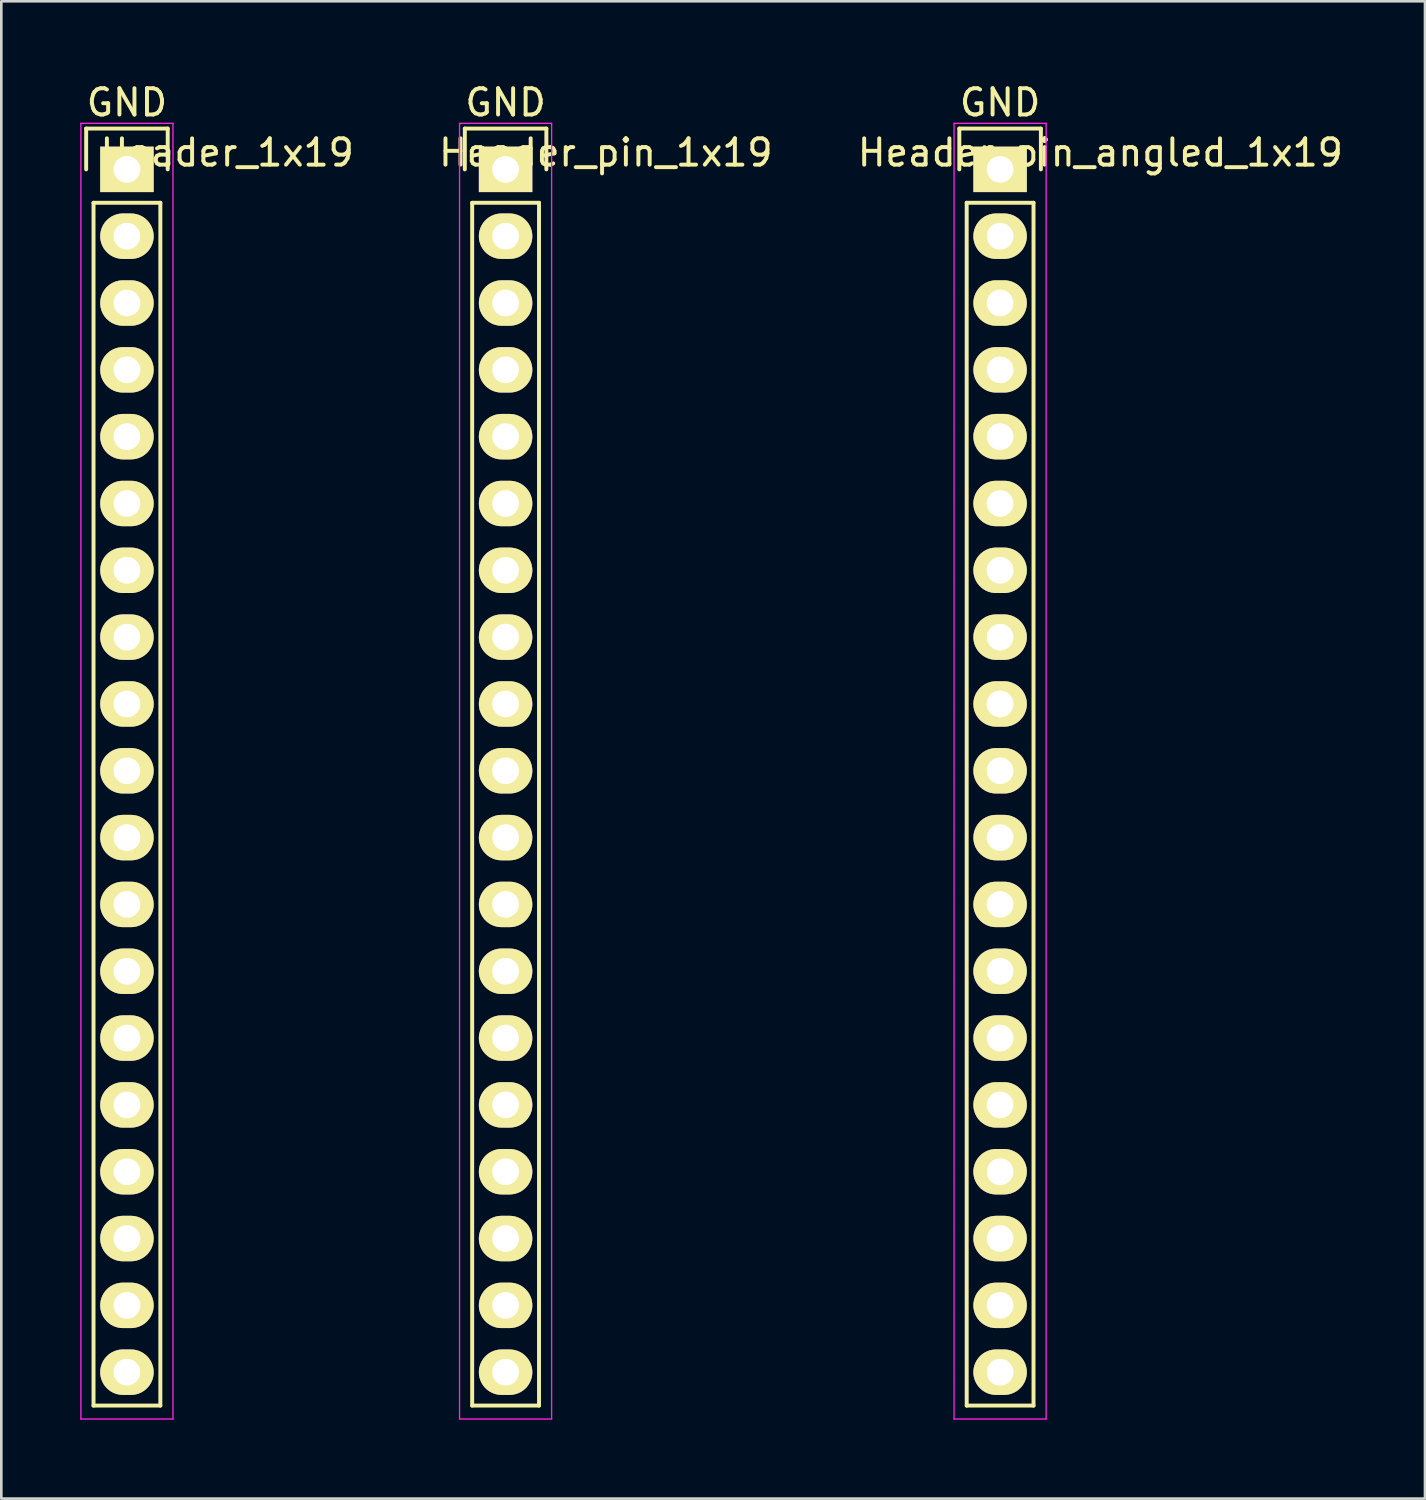
<source format=kicad_pcb>
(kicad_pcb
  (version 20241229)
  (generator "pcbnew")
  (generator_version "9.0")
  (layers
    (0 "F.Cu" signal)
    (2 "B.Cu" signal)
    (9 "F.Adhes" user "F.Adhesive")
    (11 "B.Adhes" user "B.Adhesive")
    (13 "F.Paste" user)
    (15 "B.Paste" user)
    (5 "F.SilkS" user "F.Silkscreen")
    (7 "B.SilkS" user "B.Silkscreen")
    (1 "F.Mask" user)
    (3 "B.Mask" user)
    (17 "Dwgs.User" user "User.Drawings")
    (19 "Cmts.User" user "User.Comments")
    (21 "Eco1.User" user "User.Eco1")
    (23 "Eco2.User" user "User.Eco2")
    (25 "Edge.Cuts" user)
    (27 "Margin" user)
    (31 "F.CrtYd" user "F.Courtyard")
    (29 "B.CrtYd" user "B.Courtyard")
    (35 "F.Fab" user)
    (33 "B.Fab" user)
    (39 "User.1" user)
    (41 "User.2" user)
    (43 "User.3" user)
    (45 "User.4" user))
  (footprint "Header_pin_1x19"
    (layer "F.Cu")
    (at 16.168 26.248)
    (property "Reference" "Header_pin_1x19" (at 3.81 -23.495 0) (layer "F.SilkS") (effects (font (size 1 1) (thickness 0.15))))
    (attr smd)
    (fp_line (start -1.55 -24.41) (end -1.55 -22.86) (stroke (width 0.15) (type solid)) (layer "F.SilkS"))
    (fp_line (start -1.27 -21.59) (end -1.27 24.13) (stroke (width 0.15) (type solid)) (layer "F.SilkS"))
    (fp_line (start -1.27 -21.59) (end 1.27 -21.59) (stroke (width 0.15) (type solid)) (layer "F.SilkS"))
    (fp_line (start -1.27 24.13) (end 1.27 24.13) (stroke (width 0.15) (type solid)) (layer "F.SilkS"))
    (fp_line (start 1.27 24.13) (end 1.27 -21.59) (stroke (width 0.15) (type solid)) (layer "F.SilkS"))
    (fp_line (start 1.55 -24.41) (end -1.55 -24.41) (stroke (width 0.15) (type solid)) (layer "F.SilkS"))
    (fp_line (start 1.55 -22.86) (end 1.55 -24.41) (stroke (width 0.15) (type solid)) (layer "F.SilkS"))
    (fp_line (start -1.75 -24.61) (end -1.75 24.64) (stroke (width 0.05) (type solid)) (layer "F.CrtYd"))
    (fp_line (start 1.75 -24.61) (end -1.75 -24.61) (stroke (width 0.05) (type solid)) (layer "F.CrtYd"))
    (fp_line (start 1.75 -24.61) (end 1.75 24.64) (stroke (width 0.05) (type solid)) (layer "F.CrtYd"))
    (fp_line (start 1.75 24.64) (end -1.75 24.64) (stroke (width 0.05) (type solid)) (layer "F.CrtYd"))
    (fp_text user "GND" (at 0 -25.4 0) (layer "F.SilkS") (effects (font (size 1 1) (thickness 0.15))))
    (pad "1" thru_hole rect (at 0 -22.86 270) (size 1.727 2.032) (drill 1.016) (layers "*.Cu" "*.Mask" "F.SilkS"))
    (pad "2" thru_hole oval (at 0 -20.32 270) (size 1.727 2.032) (drill 1.016) (layers "*.Cu" "*.Mask" "F.SilkS"))
    (pad "3" thru_hole oval (at 0 -17.78 270) (size 1.727 2.032) (drill 1.016) (layers "*.Cu" "*.Mask" "F.SilkS"))
    (pad "4" thru_hole oval (at 0 -15.24 270) (size 1.727 2.032) (drill 1.016) (layers "*.Cu" "*.Mask" "F.SilkS"))
    (pad "5" thru_hole oval (at 0 -12.7 270) (size 1.727 2.032) (drill 1.016) (layers "*.Cu" "*.Mask" "F.SilkS"))
    (pad "6" thru_hole oval (at 0 -10.16 270) (size 1.727 2.032) (drill 1.016) (layers "*.Cu" "*.Mask" "F.SilkS"))
    (pad "7" thru_hole oval (at 0 -7.62 270) (size 1.727 2.032) (drill 1.016) (layers "*.Cu" "*.Mask" "F.SilkS"))
    (pad "8" thru_hole oval (at 0 -5.08 270) (size 1.727 2.032) (drill 1.016) (layers "*.Cu" "*.Mask" "F.SilkS"))
    (pad "9" thru_hole oval (at 0 -2.54 270) (size 1.727 2.032) (drill 1.016) (layers "*.Cu" "*.Mask" "F.SilkS"))
    (pad "10" thru_hole oval (at 0 0 270) (size 1.727 2.032) (drill 1.016) (layers "*.Cu" "*.Mask" "F.SilkS"))
    (pad "11" thru_hole oval (at 0 2.54 270) (size 1.727 2.032) (drill 1.016) (layers "*.Cu" "*.Mask" "F.SilkS"))
    (pad "12" thru_hole oval (at 0 5.08 270) (size 1.727 2.032) (drill 1.016) (layers "*.Cu" "*.Mask" "F.SilkS"))
    (pad "13" thru_hole oval (at 0 7.62 270) (size 1.727 2.032) (drill 1.016) (layers "*.Cu" "*.Mask" "F.SilkS"))
    (pad "14" thru_hole oval (at 0 10.16 270) (size 1.727 2.032) (drill 1.016) (layers "*.Cu" "*.Mask" "F.SilkS"))
    (pad "15" thru_hole oval (at 0 12.7 270) (size 1.727 2.032) (drill 1.016) (layers "*.Cu" "*.Mask" "F.SilkS"))
    (pad "16" thru_hole oval (at 0 15.24 270) (size 1.727 2.032) (drill 1.016) (layers "*.Cu" "*.Mask" "F.SilkS"))
    (pad "17" thru_hole oval (at 0 17.78 270) (size 1.727 2.032) (drill 1.016) (layers "*.Cu" "*.Mask" "F.SilkS"))
    (pad "18" thru_hole oval (at 0 20.32 270) (size 1.727 2.032) (drill 1.016) (layers "*.Cu" "*.Mask" "F.SilkS"))
    (pad "19" thru_hole oval (at 0 22.86 270) (size 1.727 2.032) (drill 1.016) (layers "*.Cu" "*.Mask" "F.SilkS")))
  (footprint "Header_1x19"
    (layer "F.Cu")
    (at 1.775 26.248)
    (property "Reference" "Header_1x19" (at 3.81 -23.495 0) (layer "F.SilkS") (effects (font (size 1 1) (thickness 0.15))))
    (attr smd)
    (fp_line (start -1.55 -24.41) (end -1.55 -22.86) (stroke (width 0.15) (type solid)) (layer "F.SilkS"))
    (fp_line (start -1.27 -21.59) (end -1.27 24.13) (stroke (width 0.15) (type solid)) (layer "F.SilkS"))
    (fp_line (start -1.27 -21.59) (end 1.27 -21.59) (stroke (width 0.15) (type solid)) (layer "F.SilkS"))
    (fp_line (start -1.27 24.13) (end 1.27 24.13) (stroke (width 0.15) (type solid)) (layer "F.SilkS"))
    (fp_line (start 1.27 24.13) (end 1.27 -21.59) (stroke (width 0.15) (type solid)) (layer "F.SilkS"))
    (fp_line (start 1.55 -24.41) (end -1.55 -24.41) (stroke (width 0.15) (type solid)) (layer "F.SilkS"))
    (fp_line (start 1.55 -22.86) (end 1.55 -24.41) (stroke (width 0.15) (type solid)) (layer "F.SilkS"))
    (fp_line (start -1.75 -24.61) (end -1.75 24.64) (stroke (width 0.05) (type solid)) (layer "F.CrtYd"))
    (fp_line (start 1.75 -24.61) (end -1.75 -24.61) (stroke (width 0.05) (type solid)) (layer "F.CrtYd"))
    (fp_line (start 1.75 -24.61) (end 1.75 24.64) (stroke (width 0.05) (type solid)) (layer "F.CrtYd"))
    (fp_line (start 1.75 24.64) (end -1.75 24.64) (stroke (width 0.05) (type solid)) (layer "F.CrtYd"))
    (fp_text user "GND" (at 0 -25.4 0) (layer "F.SilkS") (effects (font (size 1 1) (thickness 0.15))))
    (pad "1" thru_hole rect (at 0 -22.86 270) (size 1.727 2.032) (drill 1.016) (layers "*.Cu" "*.Mask" "F.SilkS"))
    (pad "2" thru_hole oval (at 0 -20.32 270) (size 1.727 2.032) (drill 1.016) (layers "*.Cu" "*.Mask" "F.SilkS"))
    (pad "3" thru_hole oval (at 0 -17.78 270) (size 1.727 2.032) (drill 1.016) (layers "*.Cu" "*.Mask" "F.SilkS"))
    (pad "4" thru_hole oval (at 0 -15.24 270) (size 1.727 2.032) (drill 1.016) (layers "*.Cu" "*.Mask" "F.SilkS"))
    (pad "5" thru_hole oval (at 0 -12.7 270) (size 1.727 2.032) (drill 1.016) (layers "*.Cu" "*.Mask" "F.SilkS"))
    (pad "6" thru_hole oval (at 0 -10.16 270) (size 1.727 2.032) (drill 1.016) (layers "*.Cu" "*.Mask" "F.SilkS"))
    (pad "7" thru_hole oval (at 0 -7.62 270) (size 1.727 2.032) (drill 1.016) (layers "*.Cu" "*.Mask" "F.SilkS"))
    (pad "8" thru_hole oval (at 0 -5.08 270) (size 1.727 2.032) (drill 1.016) (layers "*.Cu" "*.Mask" "F.SilkS"))
    (pad "9" thru_hole oval (at 0 -2.54 270) (size 1.727 2.032) (drill 1.016) (layers "*.Cu" "*.Mask" "F.SilkS"))
    (pad "10" thru_hole oval (at 0 0 270) (size 1.727 2.032) (drill 1.016) (layers "*.Cu" "*.Mask" "F.SilkS"))
    (pad "11" thru_hole oval (at 0 2.54 270) (size 1.727 2.032) (drill 1.016) (layers "*.Cu" "*.Mask" "F.SilkS"))
    (pad "12" thru_hole oval (at 0 5.08 270) (size 1.727 2.032) (drill 1.016) (layers "*.Cu" "*.Mask" "F.SilkS"))
    (pad "13" thru_hole oval (at 0 7.62 270) (size 1.727 2.032) (drill 1.016) (layers "*.Cu" "*.Mask" "F.SilkS"))
    (pad "14" thru_hole oval (at 0 10.16 270) (size 1.727 2.032) (drill 1.016) (layers "*.Cu" "*.Mask" "F.SilkS"))
    (pad "15" thru_hole oval (at 0 12.7 270) (size 1.727 2.032) (drill 1.016) (layers "*.Cu" "*.Mask" "F.SilkS"))
    (pad "16" thru_hole oval (at 0 15.24 270) (size 1.727 2.032) (drill 1.016) (layers "*.Cu" "*.Mask" "F.SilkS"))
    (pad "17" thru_hole oval (at 0 17.78 270) (size 1.727 2.032) (drill 1.016) (layers "*.Cu" "*.Mask" "F.SilkS"))
    (pad "18" thru_hole oval (at 0 20.32 270) (size 1.727 2.032) (drill 1.016) (layers "*.Cu" "*.Mask" "F.SilkS"))
    (pad "19" thru_hole oval (at 0 22.86 270) (size 1.727 2.032) (drill 1.016) (layers "*.Cu" "*.Mask" "F.SilkS")))
  (footprint "Header_pin_angled_1x19"
    (layer "F.Cu")
    (at 34.965 26.248)
    (property "Reference" "Header_pin_angled_1x19" (at 3.81 -23.495 0) (layer "F.SilkS") (effects (font (size 1 1) (thickness 0.15))))
    (attr smd)
    (fp_line (start -1.55 -24.41) (end -1.55 -22.86) (stroke (width 0.15) (type solid)) (layer "F.SilkS"))
    (fp_line (start -1.27 -21.59) (end -1.27 24.13) (stroke (width 0.15) (type solid)) (layer "F.SilkS"))
    (fp_line (start -1.27 -21.59) (end 1.27 -21.59) (stroke (width 0.15) (type solid)) (layer "F.SilkS"))
    (fp_line (start -1.27 24.13) (end 1.27 24.13) (stroke (width 0.15) (type solid)) (layer "F.SilkS"))
    (fp_line (start 1.27 24.13) (end 1.27 -21.59) (stroke (width 0.15) (type solid)) (layer "F.SilkS"))
    (fp_line (start 1.55 -24.41) (end -1.55 -24.41) (stroke (width 0.15) (type solid)) (layer "F.SilkS"))
    (fp_line (start 1.55 -22.86) (end 1.55 -24.41) (stroke (width 0.15) (type solid)) (layer "F.SilkS"))
    (fp_line (start -1.75 -24.61) (end -1.75 24.64) (stroke (width 0.05) (type solid)) (layer "F.CrtYd"))
    (fp_line (start 1.75 -24.61) (end -1.75 -24.61) (stroke (width 0.05) (type solid)) (layer "F.CrtYd"))
    (fp_line (start 1.75 -24.61) (end 1.75 24.64) (stroke (width 0.05) (type solid)) (layer "F.CrtYd"))
    (fp_line (start 1.75 24.64) (end -1.75 24.64) (stroke (width 0.05) (type solid)) (layer "F.CrtYd"))
    (fp_text user "GND" (at 0 -25.4 0) (layer "F.SilkS") (effects (font (size 1 1) (thickness 0.15))))
    (pad "1" thru_hole rect (at 0 -22.86 270) (size 1.727 2.032) (drill 1.016) (layers "*.Cu" "*.Mask" "F.SilkS"))
    (pad "2" thru_hole oval (at 0 -20.32 270) (size 1.727 2.032) (drill 1.016) (layers "*.Cu" "*.Mask" "F.SilkS"))
    (pad "3" thru_hole oval (at 0 -17.78 270) (size 1.727 2.032) (drill 1.016) (layers "*.Cu" "*.Mask" "F.SilkS"))
    (pad "4" thru_hole oval (at 0 -15.24 270) (size 1.727 2.032) (drill 1.016) (layers "*.Cu" "*.Mask" "F.SilkS"))
    (pad "5" thru_hole oval (at 0 -12.7 270) (size 1.727 2.032) (drill 1.016) (layers "*.Cu" "*.Mask" "F.SilkS"))
    (pad "6" thru_hole oval (at 0 -10.16 270) (size 1.727 2.032) (drill 1.016) (layers "*.Cu" "*.Mask" "F.SilkS"))
    (pad "7" thru_hole oval (at 0 -7.62 270) (size 1.727 2.032) (drill 1.016) (layers "*.Cu" "*.Mask" "F.SilkS"))
    (pad "8" thru_hole oval (at 0 -5.08 270) (size 1.727 2.032) (drill 1.016) (layers "*.Cu" "*.Mask" "F.SilkS"))
    (pad "9" thru_hole oval (at 0 -2.54 270) (size 1.727 2.032) (drill 1.016) (layers "*.Cu" "*.Mask" "F.SilkS"))
    (pad "10" thru_hole oval (at 0 0 270) (size 1.727 2.032) (drill 1.016) (layers "*.Cu" "*.Mask" "F.SilkS"))
    (pad "11" thru_hole oval (at 0 2.54 270) (size 1.727 2.032) (drill 1.016) (layers "*.Cu" "*.Mask" "F.SilkS"))
    (pad "12" thru_hole oval (at 0 5.08 270) (size 1.727 2.032) (drill 1.016) (layers "*.Cu" "*.Mask" "F.SilkS"))
    (pad "13" thru_hole oval (at 0 7.62 270) (size 1.727 2.032) (drill 1.016) (layers "*.Cu" "*.Mask" "F.SilkS"))
    (pad "14" thru_hole oval (at 0 10.16 270) (size 1.727 2.032) (drill 1.016) (layers "*.Cu" "*.Mask" "F.SilkS"))
    (pad "15" thru_hole oval (at 0 12.7 270) (size 1.727 2.032) (drill 1.016) (layers "*.Cu" "*.Mask" "F.SilkS"))
    (pad "16" thru_hole oval (at 0 15.24 270) (size 1.727 2.032) (drill 1.016) (layers "*.Cu" "*.Mask" "F.SilkS"))
    (pad "17" thru_hole oval (at 0 17.78 270) (size 1.727 2.032) (drill 1.016) (layers "*.Cu" "*.Mask" "F.SilkS"))
    (pad "18" thru_hole oval (at 0 20.32 270) (size 1.727 2.032) (drill 1.016) (layers "*.Cu" "*.Mask" "F.SilkS"))
    (pad "19" thru_hole oval (at 0 22.86 270) (size 1.727 2.032) (drill 1.016) (layers "*.Cu" "*.Mask" "F.SilkS")))
  (gr_rect
    (start -3 -3)
    (end 51.115 53.913)
    (stroke (width 0.1) (type default))
    (fill no)
    (layer "Edge.Cuts")))
</source>
